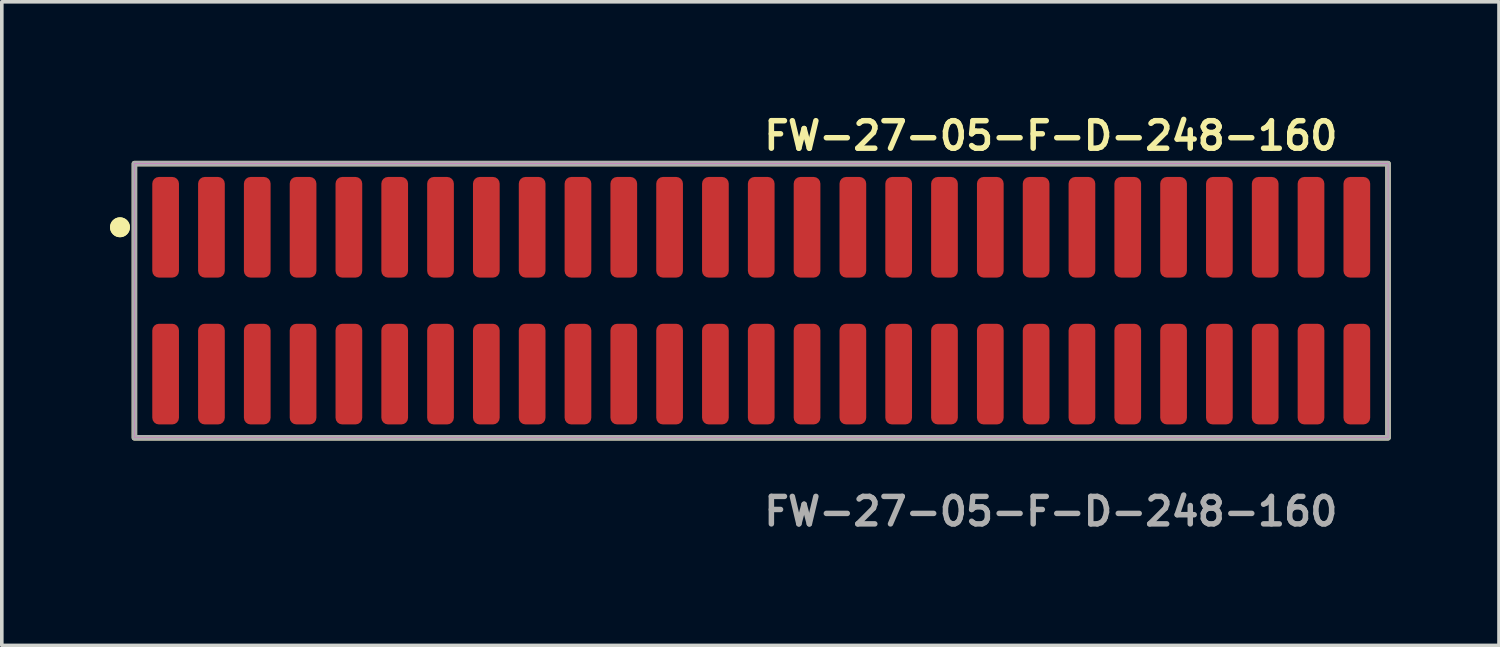
<source format=kicad_pcb>
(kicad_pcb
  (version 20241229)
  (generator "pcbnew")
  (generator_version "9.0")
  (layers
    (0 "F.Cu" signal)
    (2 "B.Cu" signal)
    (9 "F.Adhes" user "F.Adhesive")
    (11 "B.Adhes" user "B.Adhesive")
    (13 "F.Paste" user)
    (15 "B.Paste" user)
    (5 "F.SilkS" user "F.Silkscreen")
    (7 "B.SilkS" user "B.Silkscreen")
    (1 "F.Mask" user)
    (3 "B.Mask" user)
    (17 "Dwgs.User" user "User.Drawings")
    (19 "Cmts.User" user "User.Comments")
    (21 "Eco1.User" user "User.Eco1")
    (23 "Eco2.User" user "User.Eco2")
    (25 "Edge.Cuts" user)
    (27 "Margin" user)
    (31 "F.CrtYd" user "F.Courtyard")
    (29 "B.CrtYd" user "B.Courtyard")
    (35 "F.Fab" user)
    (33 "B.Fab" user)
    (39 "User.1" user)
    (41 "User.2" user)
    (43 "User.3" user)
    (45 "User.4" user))
  (footprint "FW-27-05-F-D-248-160"
    (layer "F.Cu")
    (at 18.051 5.285)
    (property "Reference" "FW-27-05-F-D-248-160" (at 0 -4.572 0) (unlocked yes) (layer "F.SilkS") (effects (font (size 0.762 0.762) (thickness 0.152)) (justify left)))
    (fp_rect (start -17.375 3.8) (end 17.375 -3.8) (stroke (width 0.152) (type solid)) (fill no) (layer "F.SilkS"))
    (fp_circle (center -17.775 -2.035) (end -17.975 -2.035) (stroke (width 0.152) (type solid)) (fill yes) (layer "F.SilkS"))
    (fp_circle (center -17.775 -2.035) (end -17.975 -2.035) (stroke (width 0.152) (type solid)) (fill yes) (layer "F.SilkS"))
    (fp_rect (start -17.375 3.8) (end 17.375 -3.8) (stroke (width 0.006) (type solid)) (fill no) (layer "F.CrtYd"))
    (fp_rect (start -17.375 3.8) (end 17.375 -3.8) (stroke (width 0.152) (type solid)) (fill no) (layer "F.Fab"))
    (fp_text user "${REFERENCE}" (at 0 5.842 0) (unlocked yes) (layer "F.Fab") (effects (font (size 0.762 0.762) (thickness 0.152)) (justify left)))
    (pad "1" smd roundrect (at -16.51 -2.035) (size 0.74 2.79) (layers "F.Cu" "F.Paste") (roundrect_rratio 0.25))
    (pad "2" smd roundrect (at -16.51 2.035) (size 0.74 2.79) (layers "F.Cu" "F.Paste") (roundrect_rratio 0.25))
    (pad "3" smd roundrect (at -15.24 -2.035) (size 0.74 2.79) (layers "F.Cu" "F.Paste") (roundrect_rratio 0.25))
    (pad "4" smd roundrect (at -15.24 2.035) (size 0.74 2.79) (layers "F.Cu" "F.Paste") (roundrect_rratio 0.25))
    (pad "5" smd roundrect (at -13.97 -2.035) (size 0.74 2.79) (layers "F.Cu" "F.Paste") (roundrect_rratio 0.25))
    (pad "6" smd roundrect (at -13.97 2.035) (size 0.74 2.79) (layers "F.Cu" "F.Paste") (roundrect_rratio 0.25))
    (pad "7" smd roundrect (at -12.7 -2.035) (size 0.74 2.79) (layers "F.Cu" "F.Paste") (roundrect_rratio 0.25))
    (pad "8" smd roundrect (at -12.7 2.035) (size 0.74 2.79) (layers "F.Cu" "F.Paste") (roundrect_rratio 0.25))
    (pad "9" smd roundrect (at -11.43 -2.035) (size 0.74 2.79) (layers "F.Cu" "F.Paste") (roundrect_rratio 0.25))
    (pad "10" smd roundrect (at -11.43 2.035) (size 0.74 2.79) (layers "F.Cu" "F.Paste") (roundrect_rratio 0.25))
    (pad "11" smd roundrect (at -10.16 -2.035) (size 0.74 2.79) (layers "F.Cu" "F.Paste") (roundrect_rratio 0.25))
    (pad "12" smd roundrect (at -10.16 2.035) (size 0.74 2.79) (layers "F.Cu" "F.Paste") (roundrect_rratio 0.25))
    (pad "13" smd roundrect (at -8.89 -2.035) (size 0.74 2.79) (layers "F.Cu" "F.Paste") (roundrect_rratio 0.25))
    (pad "14" smd roundrect (at -8.89 2.035) (size 0.74 2.79) (layers "F.Cu" "F.Paste") (roundrect_rratio 0.25))
    (pad "15" smd roundrect (at -7.62 -2.035) (size 0.74 2.79) (layers "F.Cu" "F.Paste") (roundrect_rratio 0.25))
    (pad "16" smd roundrect (at -7.62 2.035) (size 0.74 2.79) (layers "F.Cu" "F.Paste") (roundrect_rratio 0.25))
    (pad "17" smd roundrect (at -6.35 -2.035) (size 0.74 2.79) (layers "F.Cu" "F.Paste") (roundrect_rratio 0.25))
    (pad "18" smd roundrect (at -6.35 2.035) (size 0.74 2.79) (layers "F.Cu" "F.Paste") (roundrect_rratio 0.25))
    (pad "19" smd roundrect (at -5.08 -2.035) (size 0.74 2.79) (layers "F.Cu" "F.Paste") (roundrect_rratio 0.25))
    (pad "20" smd roundrect (at -5.08 2.035) (size 0.74 2.79) (layers "F.Cu" "F.Paste") (roundrect_rratio 0.25))
    (pad "21" smd roundrect (at -3.81 -2.035) (size 0.74 2.79) (layers "F.Cu" "F.Paste") (roundrect_rratio 0.25))
    (pad "22" smd roundrect (at -3.81 2.035) (size 0.74 2.79) (layers "F.Cu" "F.Paste") (roundrect_rratio 0.25))
    (pad "23" smd roundrect (at -2.54 -2.035) (size 0.74 2.79) (layers "F.Cu" "F.Paste") (roundrect_rratio 0.25))
    (pad "24" smd roundrect (at -2.54 2.035) (size 0.74 2.79) (layers "F.Cu" "F.Paste") (roundrect_rratio 0.25))
    (pad "25" smd roundrect (at -1.27 -2.035) (size 0.74 2.79) (layers "F.Cu" "F.Paste") (roundrect_rratio 0.25))
    (pad "26" smd roundrect (at -1.27 2.035) (size 0.74 2.79) (layers "F.Cu" "F.Paste") (roundrect_rratio 0.25))
    (pad "27" smd roundrect (at 0 -2.035) (size 0.74 2.79) (layers "F.Cu" "F.Paste") (roundrect_rratio 0.25))
    (pad "28" smd roundrect (at 0 2.035) (size 0.74 2.79) (layers "F.Cu" "F.Paste") (roundrect_rratio 0.25))
    (pad "29" smd roundrect (at 1.27 -2.035) (size 0.74 2.79) (layers "F.Cu" "F.Paste") (roundrect_rratio 0.25))
    (pad "30" smd roundrect (at 1.27 2.035) (size 0.74 2.79) (layers "F.Cu" "F.Paste") (roundrect_rratio 0.25))
    (pad "31" smd roundrect (at 2.54 -2.035) (size 0.74 2.79) (layers "F.Cu" "F.Paste") (roundrect_rratio 0.25))
    (pad "32" smd roundrect (at 2.54 2.035) (size 0.74 2.79) (layers "F.Cu" "F.Paste") (roundrect_rratio 0.25))
    (pad "33" smd roundrect (at 3.81 -2.035) (size 0.74 2.79) (layers "F.Cu" "F.Paste") (roundrect_rratio 0.25))
    (pad "34" smd roundrect (at 3.81 2.035) (size 0.74 2.79) (layers "F.Cu" "F.Paste") (roundrect_rratio 0.25))
    (pad "35" smd roundrect (at 5.08 -2.035) (size 0.74 2.79) (layers "F.Cu" "F.Paste") (roundrect_rratio 0.25))
    (pad "36" smd roundrect (at 5.08 2.035) (size 0.74 2.79) (layers "F.Cu" "F.Paste") (roundrect_rratio 0.25))
    (pad "37" smd roundrect (at 6.35 -2.035) (size 0.74 2.79) (layers "F.Cu" "F.Paste") (roundrect_rratio 0.25))
    (pad "38" smd roundrect (at 6.35 2.035) (size 0.74 2.79) (layers "F.Cu" "F.Paste") (roundrect_rratio 0.25))
    (pad "39" smd roundrect (at 7.62 -2.035) (size 0.74 2.79) (layers "F.Cu" "F.Paste") (roundrect_rratio 0.25))
    (pad "40" smd roundrect (at 7.62 2.035) (size 0.74 2.79) (layers "F.Cu" "F.Paste") (roundrect_rratio 0.25))
    (pad "41" smd roundrect (at 8.89 -2.035) (size 0.74 2.79) (layers "F.Cu" "F.Paste") (roundrect_rratio 0.25))
    (pad "42" smd roundrect (at 8.89 2.035) (size 0.74 2.79) (layers "F.Cu" "F.Paste") (roundrect_rratio 0.25))
    (pad "43" smd roundrect (at 10.16 -2.035) (size 0.74 2.79) (layers "F.Cu" "F.Paste") (roundrect_rratio 0.25))
    (pad "44" smd roundrect (at 10.16 2.035) (size 0.74 2.79) (layers "F.Cu" "F.Paste") (roundrect_rratio 0.25))
    (pad "45" smd roundrect (at 11.43 -2.035) (size 0.74 2.79) (layers "F.Cu" "F.Paste") (roundrect_rratio 0.25))
    (pad "46" smd roundrect (at 11.43 2.035) (size 0.74 2.79) (layers "F.Cu" "F.Paste") (roundrect_rratio 0.25))
    (pad "47" smd roundrect (at 12.7 -2.035) (size 0.74 2.79) (layers "F.Cu" "F.Paste") (roundrect_rratio 0.25))
    (pad "48" smd roundrect (at 12.7 2.035) (size 0.74 2.79) (layers "F.Cu" "F.Paste") (roundrect_rratio 0.25))
    (pad "49" smd roundrect (at 13.97 -2.035) (size 0.74 2.79) (layers "F.Cu" "F.Paste") (roundrect_rratio 0.25))
    (pad "50" smd roundrect (at 13.97 2.035) (size 0.74 2.79) (layers "F.Cu" "F.Paste") (roundrect_rratio 0.25))
    (pad "51" smd roundrect (at 15.24 -2.035) (size 0.74 2.79) (layers "F.Cu" "F.Paste") (roundrect_rratio 0.25))
    (pad "52" smd roundrect (at 15.24 2.035) (size 0.74 2.79) (layers "F.Cu" "F.Paste") (roundrect_rratio 0.25))
    (pad "53" smd roundrect (at 16.51 -2.035) (size 0.74 2.79) (layers "F.Cu" "F.Paste") (roundrect_rratio 0.25))
    (pad "54" smd roundrect (at 16.51 2.035) (size 0.74 2.79) (layers "F.Cu" "F.Paste") (roundrect_rratio 0.25)))
  (gr_rect
    (start -3 -3)
    (end 38.502 14.84)
    (stroke (width 0.1) (type default))
    (fill no)
    (layer "Edge.Cuts")))
</source>
